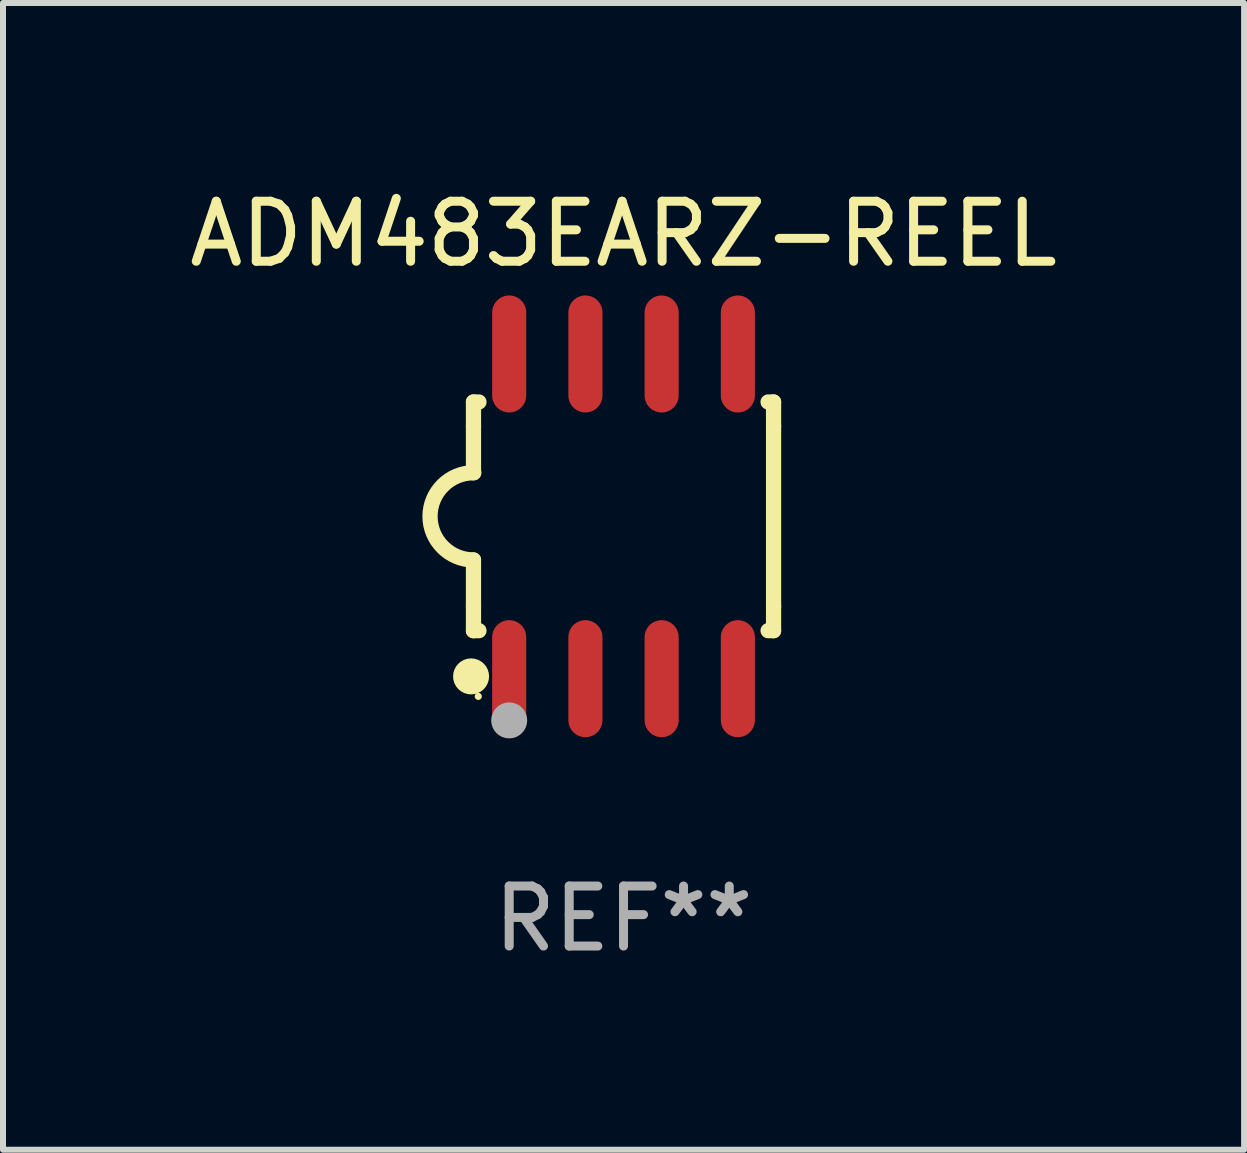
<source format=kicad_pcb>
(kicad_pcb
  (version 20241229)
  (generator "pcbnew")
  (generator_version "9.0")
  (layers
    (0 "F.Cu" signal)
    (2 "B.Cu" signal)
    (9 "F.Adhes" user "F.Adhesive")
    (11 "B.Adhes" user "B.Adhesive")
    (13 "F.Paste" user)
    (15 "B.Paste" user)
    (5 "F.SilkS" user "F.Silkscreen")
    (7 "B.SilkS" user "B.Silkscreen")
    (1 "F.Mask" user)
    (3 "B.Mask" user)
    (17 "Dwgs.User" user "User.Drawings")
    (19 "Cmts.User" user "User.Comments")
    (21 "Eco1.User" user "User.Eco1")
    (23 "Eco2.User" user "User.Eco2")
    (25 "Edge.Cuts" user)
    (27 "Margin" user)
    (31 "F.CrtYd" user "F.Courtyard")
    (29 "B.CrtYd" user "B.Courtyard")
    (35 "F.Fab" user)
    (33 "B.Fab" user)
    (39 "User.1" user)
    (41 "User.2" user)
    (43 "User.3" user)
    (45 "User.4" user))
  (footprint "ADM483EARZ-REEL"
    (layer "F.Cu")
    (at 7.339 5.553)
    (property "Reference" "ADM483EARZ-REEL" (at 0 -4.705 0) (layer "F.SilkS") (effects (font (size 1 1) (thickness 0.15))))
    (attr through_hole)
    (fp_line (start -2.5 -1.905) (end -2.409 -1.905) (stroke (width 0.254) (type solid)) (layer "F.SilkS"))
    (fp_line (start -2.5 -1.5) (end -2.5 -1.905) (stroke (width 0.254) (type solid)) (layer "F.SilkS"))
    (fp_line (start -2.5 -1.5) (end -2.5 -0.726) (stroke (width 0.254) (type solid)) (layer "F.SilkS"))
    (fp_line (start -2.5 1.5) (end -2.5 0.727) (stroke (width 0.254) (type solid)) (layer "F.SilkS"))
    (fp_line (start -2.5 1.5) (end -2.5 1.905) (stroke (width 0.254) (type solid)) (layer "F.SilkS"))
    (fp_line (start -2.5 1.905) (end -2.409 1.905) (stroke (width 0.254) (type solid)) (layer "F.SilkS"))
    (fp_line (start 2.5 -1.905) (end 2.409 -1.905) (stroke (width 0.254) (type solid)) (layer "F.SilkS"))
    (fp_line (start 2.5 -1.5) (end 2.5 -1.905) (stroke (width 0.254) (type solid)) (layer "F.SilkS"))
    (fp_line (start 2.5 -1.5) (end 2.5 1.5) (stroke (width 0.254) (type solid)) (layer "F.SilkS"))
    (fp_line (start 2.5 1.5) (end 2.5 1.905) (stroke (width 0.254) (type solid)) (layer "F.SilkS"))
    (fp_line (start 2.5 1.905) (end 2.409 1.905) (stroke (width 0.254) (type solid)) (layer "F.SilkS"))
    (fp_arc (start -2.5 0.726568) (mid -3.220316 -0.0023) (end -2.495097 -0.726289) (stroke (width 0.254001) (type solid)) (layer "F.SilkS"))
    (fp_circle (center -2.54 2.667) (end -2.39 2.667) (stroke (width 0.3) (type solid)) (fill no) (layer "F.SilkS"))
    (fp_circle (center -2.42 3) (end -2.39 3) (stroke (width 0.06) (type solid)) (fill no) (layer "F.SilkS"))
    (fp_circle (center -1.905 3.4) (end -1.755 3.4) (stroke (width 0.3) (type solid)) (fill no) (layer "F.Fab"))
    (fp_text user "REF**" (at 0 6.705 0) (layer "F.Fab") (effects (font (size 1 1) (thickness 0.15))))
    (pad "1" smd oval (at -1.905 2.705) (size 0.568 1.95) (layers "F.Cu" "F.Mask" "F.Paste"))
    (pad "2" smd oval (at -0.635 2.705) (size 0.568 1.95) (layers "F.Cu" "F.Mask" "F.Paste"))
    (pad "3" smd oval (at 0.635 2.705) (size 0.568 1.95) (layers "F.Cu" "F.Mask" "F.Paste"))
    (pad "4" smd oval (at 1.905 2.705) (size 0.568 1.95) (layers "F.Cu" "F.Mask" "F.Paste"))
    (pad "5" smd oval (at 1.905 -2.705) (size 0.568 1.95) (layers "F.Cu" "F.Mask" "F.Paste"))
    (pad "6" smd oval (at 0.635 -2.705) (size 0.568 1.95) (layers "F.Cu" "F.Mask" "F.Paste"))
    (pad "7" smd oval (at -0.635 -2.705) (size 0.568 1.95) (layers "F.Cu" "F.Mask" "F.Paste"))
    (pad "8" smd oval (at -1.905 -2.705) (size 0.568 1.95) (layers "F.Cu" "F.Mask" "F.Paste")))
  (gr_rect
    (start -3 -3)
    (end 17.679 16.107)
    (stroke (width 0.1) (type default))
    (fill no)
    (layer "Edge.Cuts")))
</source>
